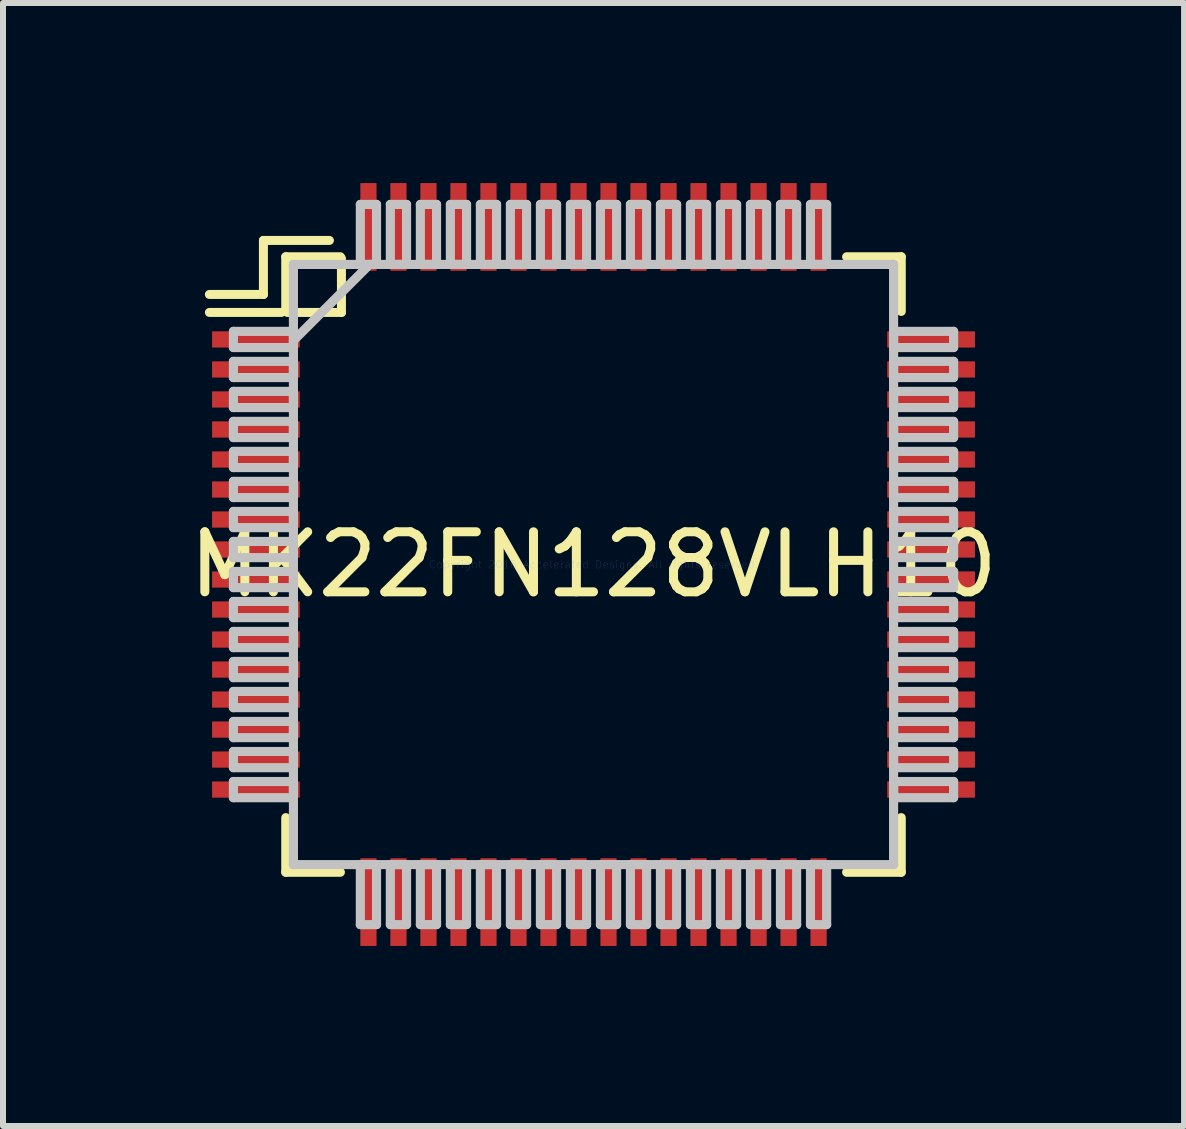
<source format=kicad_pcb>
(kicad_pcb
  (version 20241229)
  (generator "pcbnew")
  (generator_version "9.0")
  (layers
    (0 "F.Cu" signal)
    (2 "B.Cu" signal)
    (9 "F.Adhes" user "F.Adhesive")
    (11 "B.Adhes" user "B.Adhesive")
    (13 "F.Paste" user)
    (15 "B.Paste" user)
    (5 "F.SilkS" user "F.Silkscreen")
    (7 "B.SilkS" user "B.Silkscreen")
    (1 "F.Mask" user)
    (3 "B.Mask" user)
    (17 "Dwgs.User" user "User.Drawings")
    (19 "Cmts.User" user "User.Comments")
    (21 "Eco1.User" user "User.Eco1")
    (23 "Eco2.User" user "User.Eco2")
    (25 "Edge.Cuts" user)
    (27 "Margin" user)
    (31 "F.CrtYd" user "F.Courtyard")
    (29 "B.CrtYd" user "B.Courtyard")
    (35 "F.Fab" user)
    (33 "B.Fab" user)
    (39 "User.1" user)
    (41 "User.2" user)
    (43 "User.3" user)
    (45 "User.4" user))
  (footprint "MK22FN128VLH10"
    (layer "F.Cu")
    (at 6.839 6.356)
    (property "Reference" "MK22FN128VLH10" (at 0 0 0) (layer "F.SilkS") (effects (font (size 1 1) (thickness 0.15))))
    (attr smd)
    (fp_line (start -5.5 -5.4) (end -4.4 -5.4) (stroke (width 0.15) (type solid)) (layer "F.SilkS"))
    (fp_line (start -5.5 -4.5) (end -6.4 -4.5) (stroke (width 0.15) (type solid)) (layer "F.SilkS"))
    (fp_line (start -5.5 -4.5) (end -5.5 -5.4) (stroke (width 0.15) (type solid)) (layer "F.SilkS"))
    (fp_line (start -5.2 -4.2) (end -6.4 -4.2) (stroke (width 0.15) (type solid)) (layer "F.SilkS"))
    (fp_line (start -5.127 -5.127) (end -5.127 -4.218) (stroke (width 0.152) (type solid)) (layer "F.SilkS"))
    (fp_line (start -5.127 4.218) (end -5.127 5.127) (stroke (width 0.152) (type solid)) (layer "F.SilkS"))
    (fp_line (start -5.127 5.127) (end -4.218 5.127) (stroke (width 0.152) (type solid)) (layer "F.SilkS"))
    (fp_line (start -5.1 -4.2) (end -4.2 -4.2) (stroke (width 0.15) (type solid)) (layer "F.SilkS"))
    (fp_line (start -4.218 -5.127) (end -5.127 -5.127) (stroke (width 0.152) (type solid)) (layer "F.SilkS"))
    (fp_line (start -4.2 -4.2) (end -4.2 -5.1) (stroke (width 0.15) (type solid)) (layer "F.SilkS"))
    (fp_line (start 4.218 5.127) (end 5.127 5.127) (stroke (width 0.152) (type solid)) (layer "F.SilkS"))
    (fp_line (start 5.127 -5.127) (end 4.218 -5.127) (stroke (width 0.152) (type solid)) (layer "F.SilkS"))
    (fp_line (start 5.127 -4.218) (end 5.127 -5.127) (stroke (width 0.152) (type solid)) (layer "F.SilkS"))
    (fp_line (start 5.127 5.127) (end 5.127 4.218) (stroke (width 0.152) (type solid)) (layer "F.SilkS"))
    (fp_line (start -6 -3.885) (end -6 -3.615) (stroke (width 0.152) (type solid)) (layer "Dwgs.User"))
    (fp_line (start -6 -3.615) (end -5 -3.615) (stroke (width 0.152) (type solid)) (layer "Dwgs.User"))
    (fp_line (start -6 -3.385) (end -6 -3.115) (stroke (width 0.152) (type solid)) (layer "Dwgs.User"))
    (fp_line (start -6 -3.115) (end -5 -3.115) (stroke (width 0.152) (type solid)) (layer "Dwgs.User"))
    (fp_line (start -6 -2.885) (end -6 -2.615) (stroke (width 0.152) (type solid)) (layer "Dwgs.User"))
    (fp_line (start -6 -2.615) (end -5 -2.615) (stroke (width 0.152) (type solid)) (layer "Dwgs.User"))
    (fp_line (start -6 -2.385) (end -6 -2.115) (stroke (width 0.152) (type solid)) (layer "Dwgs.User"))
    (fp_line (start -6 -2.115) (end -5 -2.115) (stroke (width 0.152) (type solid)) (layer "Dwgs.User"))
    (fp_line (start -6 -1.885) (end -6 -1.615) (stroke (width 0.152) (type solid)) (layer "Dwgs.User"))
    (fp_line (start -6 -1.615) (end -5 -1.615) (stroke (width 0.152) (type solid)) (layer "Dwgs.User"))
    (fp_line (start -6 -1.385) (end -6 -1.115) (stroke (width 0.152) (type solid)) (layer "Dwgs.User"))
    (fp_line (start -6 -1.115) (end -5 -1.115) (stroke (width 0.152) (type solid)) (layer "Dwgs.User"))
    (fp_line (start -6 -0.885) (end -6 -0.615) (stroke (width 0.152) (type solid)) (layer "Dwgs.User"))
    (fp_line (start -6 -0.615) (end -5 -0.615) (stroke (width 0.152) (type solid)) (layer "Dwgs.User"))
    (fp_line (start -6 -0.385) (end -6 -0.115) (stroke (width 0.152) (type solid)) (layer "Dwgs.User"))
    (fp_line (start -6 -0.115) (end -5 -0.115) (stroke (width 0.152) (type solid)) (layer "Dwgs.User"))
    (fp_line (start -6 0.115) (end -6 0.385) (stroke (width 0.152) (type solid)) (layer "Dwgs.User"))
    (fp_line (start -6 0.385) (end -5 0.385) (stroke (width 0.152) (type solid)) (layer "Dwgs.User"))
    (fp_line (start -6 0.615) (end -6 0.885) (stroke (width 0.152) (type solid)) (layer "Dwgs.User"))
    (fp_line (start -6 0.885) (end -5 0.885) (stroke (width 0.152) (type solid)) (layer "Dwgs.User"))
    (fp_line (start -6 1.115) (end -6 1.385) (stroke (width 0.152) (type solid)) (layer "Dwgs.User"))
    (fp_line (start -6 1.385) (end -5 1.385) (stroke (width 0.152) (type solid)) (layer "Dwgs.User"))
    (fp_line (start -6 1.615) (end -6 1.885) (stroke (width 0.152) (type solid)) (layer "Dwgs.User"))
    (fp_line (start -6 1.885) (end -5 1.885) (stroke (width 0.152) (type solid)) (layer "Dwgs.User"))
    (fp_line (start -6 2.115) (end -6 2.385) (stroke (width 0.152) (type solid)) (layer "Dwgs.User"))
    (fp_line (start -6 2.385) (end -5 2.385) (stroke (width 0.152) (type solid)) (layer "Dwgs.User"))
    (fp_line (start -6 2.615) (end -6 2.885) (stroke (width 0.152) (type solid)) (layer "Dwgs.User"))
    (fp_line (start -6 2.885) (end -5 2.885) (stroke (width 0.152) (type solid)) (layer "Dwgs.User"))
    (fp_line (start -6 3.115) (end -6 3.385) (stroke (width 0.152) (type solid)) (layer "Dwgs.User"))
    (fp_line (start -6 3.385) (end -5 3.385) (stroke (width 0.152) (type solid)) (layer "Dwgs.User"))
    (fp_line (start -6 3.615) (end -6 3.885) (stroke (width 0.152) (type solid)) (layer "Dwgs.User"))
    (fp_line (start -6 3.885) (end -5 3.885) (stroke (width 0.152) (type solid)) (layer "Dwgs.User"))
    (fp_line (start -5 -5) (end -5 -5) (stroke (width 0.152) (type solid)) (layer "Dwgs.User"))
    (fp_line (start -5 -5) (end -5 5) (stroke (width 0.152) (type solid)) (layer "Dwgs.User"))
    (fp_line (start -5 -3.885) (end -6 -3.885) (stroke (width 0.152) (type solid)) (layer "Dwgs.User"))
    (fp_line (start -5 -3.73) (end -3.73 -5) (stroke (width 0.152) (type solid)) (layer "Dwgs.User"))
    (fp_line (start -5 -3.615) (end -5 -3.885) (stroke (width 0.152) (type solid)) (layer "Dwgs.User"))
    (fp_line (start -5 -3.385) (end -6 -3.385) (stroke (width 0.152) (type solid)) (layer "Dwgs.User"))
    (fp_line (start -5 -3.115) (end -5 -3.385) (stroke (width 0.152) (type solid)) (layer "Dwgs.User"))
    (fp_line (start -5 -2.885) (end -6 -2.885) (stroke (width 0.152) (type solid)) (layer "Dwgs.User"))
    (fp_line (start -5 -2.615) (end -5 -2.885) (stroke (width 0.152) (type solid)) (layer "Dwgs.User"))
    (fp_line (start -5 -2.385) (end -6 -2.385) (stroke (width 0.152) (type solid)) (layer "Dwgs.User"))
    (fp_line (start -5 -2.115) (end -5 -2.385) (stroke (width 0.152) (type solid)) (layer "Dwgs.User"))
    (fp_line (start -5 -1.885) (end -6 -1.885) (stroke (width 0.152) (type solid)) (layer "Dwgs.User"))
    (fp_line (start -5 -1.615) (end -5 -1.885) (stroke (width 0.152) (type solid)) (layer "Dwgs.User"))
    (fp_line (start -5 -1.385) (end -6 -1.385) (stroke (width 0.152) (type solid)) (layer "Dwgs.User"))
    (fp_line (start -5 -1.115) (end -5 -1.385) (stroke (width 0.152) (type solid)) (layer "Dwgs.User"))
    (fp_line (start -5 -0.885) (end -6 -0.885) (stroke (width 0.152) (type solid)) (layer "Dwgs.User"))
    (fp_line (start -5 -0.615) (end -5 -0.885) (stroke (width 0.152) (type solid)) (layer "Dwgs.User"))
    (fp_line (start -5 -0.385) (end -6 -0.385) (stroke (width 0.152) (type solid)) (layer "Dwgs.User"))
    (fp_line (start -5 -0.115) (end -5 -0.385) (stroke (width 0.152) (type solid)) (layer "Dwgs.User"))
    (fp_line (start -5 0.115) (end -6 0.115) (stroke (width 0.152) (type solid)) (layer "Dwgs.User"))
    (fp_line (start -5 0.385) (end -5 0.115) (stroke (width 0.152) (type solid)) (layer "Dwgs.User"))
    (fp_line (start -5 0.615) (end -6 0.615) (stroke (width 0.152) (type solid)) (layer "Dwgs.User"))
    (fp_line (start -5 0.885) (end -5 0.615) (stroke (width 0.152) (type solid)) (layer "Dwgs.User"))
    (fp_line (start -5 1.115) (end -6 1.115) (stroke (width 0.152) (type solid)) (layer "Dwgs.User"))
    (fp_line (start -5 1.385) (end -5 1.115) (stroke (width 0.152) (type solid)) (layer "Dwgs.User"))
    (fp_line (start -5 1.615) (end -6 1.615) (stroke (width 0.152) (type solid)) (layer "Dwgs.User"))
    (fp_line (start -5 1.885) (end -5 1.615) (stroke (width 0.152) (type solid)) (layer "Dwgs.User"))
    (fp_line (start -5 2.115) (end -6 2.115) (stroke (width 0.152) (type solid)) (layer "Dwgs.User"))
    (fp_line (start -5 2.385) (end -5 2.115) (stroke (width 0.152) (type solid)) (layer "Dwgs.User"))
    (fp_line (start -5 2.615) (end -6 2.615) (stroke (width 0.152) (type solid)) (layer "Dwgs.User"))
    (fp_line (start -5 2.885) (end -5 2.615) (stroke (width 0.152) (type solid)) (layer "Dwgs.User"))
    (fp_line (start -5 3.115) (end -6 3.115) (stroke (width 0.152) (type solid)) (layer "Dwgs.User"))
    (fp_line (start -5 3.385) (end -5 3.115) (stroke (width 0.152) (type solid)) (layer "Dwgs.User"))
    (fp_line (start -5 3.615) (end -6 3.615) (stroke (width 0.152) (type solid)) (layer "Dwgs.User"))
    (fp_line (start -5 3.885) (end -5 3.615) (stroke (width 0.152) (type solid)) (layer "Dwgs.User"))
    (fp_line (start -5 5) (end -5 5) (stroke (width 0.152) (type solid)) (layer "Dwgs.User"))
    (fp_line (start -5 5) (end 5 5) (stroke (width 0.152) (type solid)) (layer "Dwgs.User"))
    (fp_line (start -3.885 -6) (end -3.885 -5) (stroke (width 0.152) (type solid)) (layer "Dwgs.User"))
    (fp_line (start -3.885 -5) (end -3.615 -5) (stroke (width 0.152) (type solid)) (layer "Dwgs.User"))
    (fp_line (start -3.885 5) (end -3.885 6) (stroke (width 0.152) (type solid)) (layer "Dwgs.User"))
    (fp_line (start -3.885 6) (end -3.615 6) (stroke (width 0.152) (type solid)) (layer "Dwgs.User"))
    (fp_line (start -3.615 -6) (end -3.885 -6) (stroke (width 0.152) (type solid)) (layer "Dwgs.User"))
    (fp_line (start -3.615 -5) (end -3.615 -6) (stroke (width 0.152) (type solid)) (layer "Dwgs.User"))
    (fp_line (start -3.615 5) (end -3.885 5) (stroke (width 0.152) (type solid)) (layer "Dwgs.User"))
    (fp_line (start -3.615 6) (end -3.615 5) (stroke (width 0.152) (type solid)) (layer "Dwgs.User"))
    (fp_line (start -3.385 -6) (end -3.385 -5) (stroke (width 0.152) (type solid)) (layer "Dwgs.User"))
    (fp_line (start -3.385 -5) (end -3.115 -5) (stroke (width 0.152) (type solid)) (layer "Dwgs.User"))
    (fp_line (start -3.385 5) (end -3.385 6) (stroke (width 0.152) (type solid)) (layer "Dwgs.User"))
    (fp_line (start -3.385 6) (end -3.115 6) (stroke (width 0.152) (type solid)) (layer "Dwgs.User"))
    (fp_line (start -3.115 -6) (end -3.385 -6) (stroke (width 0.152) (type solid)) (layer "Dwgs.User"))
    (fp_line (start -3.115 -5) (end -3.115 -6) (stroke (width 0.152) (type solid)) (layer "Dwgs.User"))
    (fp_line (start -3.115 5) (end -3.385 5) (stroke (width 0.152) (type solid)) (layer "Dwgs.User"))
    (fp_line (start -3.115 6) (end -3.115 5) (stroke (width 0.152) (type solid)) (layer "Dwgs.User"))
    (fp_line (start -2.885 -6) (end -2.885 -5) (stroke (width 0.152) (type solid)) (layer "Dwgs.User"))
    (fp_line (start -2.885 -5) (end -2.615 -5) (stroke (width 0.152) (type solid)) (layer "Dwgs.User"))
    (fp_line (start -2.885 5) (end -2.885 6) (stroke (width 0.152) (type solid)) (layer "Dwgs.User"))
    (fp_line (start -2.885 6) (end -2.615 6) (stroke (width 0.152) (type solid)) (layer "Dwgs.User"))
    (fp_line (start -2.615 -6) (end -2.885 -6) (stroke (width 0.152) (type solid)) (layer "Dwgs.User"))
    (fp_line (start -2.615 -5) (end -2.615 -6) (stroke (width 0.152) (type solid)) (layer "Dwgs.User"))
    (fp_line (start -2.615 5) (end -2.885 5) (stroke (width 0.152) (type solid)) (layer "Dwgs.User"))
    (fp_line (start -2.615 6) (end -2.615 5) (stroke (width 0.152) (type solid)) (layer "Dwgs.User"))
    (fp_line (start -2.385 -6) (end -2.385 -5) (stroke (width 0.152) (type solid)) (layer "Dwgs.User"))
    (fp_line (start -2.385 -5) (end -2.115 -5) (stroke (width 0.152) (type solid)) (layer "Dwgs.User"))
    (fp_line (start -2.385 5) (end -2.385 6) (stroke (width 0.152) (type solid)) (layer "Dwgs.User"))
    (fp_line (start -2.385 6) (end -2.115 6) (stroke (width 0.152) (type solid)) (layer "Dwgs.User"))
    (fp_line (start -2.115 -6) (end -2.385 -6) (stroke (width 0.152) (type solid)) (layer "Dwgs.User"))
    (fp_line (start -2.115 -5) (end -2.115 -6) (stroke (width 0.152) (type solid)) (layer "Dwgs.User"))
    (fp_line (start -2.115 5) (end -2.385 5) (stroke (width 0.152) (type solid)) (layer "Dwgs.User"))
    (fp_line (start -2.115 6) (end -2.115 5) (stroke (width 0.152) (type solid)) (layer "Dwgs.User"))
    (fp_line (start -1.885 -6) (end -1.885 -5) (stroke (width 0.152) (type solid)) (layer "Dwgs.User"))
    (fp_line (start -1.885 -5) (end -1.615 -5) (stroke (width 0.152) (type solid)) (layer "Dwgs.User"))
    (fp_line (start -1.885 5) (end -1.885 6) (stroke (width 0.152) (type solid)) (layer "Dwgs.User"))
    (fp_line (start -1.885 6) (end -1.615 6) (stroke (width 0.152) (type solid)) (layer "Dwgs.User"))
    (fp_line (start -1.615 -6) (end -1.885 -6) (stroke (width 0.152) (type solid)) (layer "Dwgs.User"))
    (fp_line (start -1.615 -5) (end -1.615 -6) (stroke (width 0.152) (type solid)) (layer "Dwgs.User"))
    (fp_line (start -1.615 5) (end -1.885 5) (stroke (width 0.152) (type solid)) (layer "Dwgs.User"))
    (fp_line (start -1.615 6) (end -1.615 5) (stroke (width 0.152) (type solid)) (layer "Dwgs.User"))
    (fp_line (start -1.385 -6) (end -1.385 -5) (stroke (width 0.152) (type solid)) (layer "Dwgs.User"))
    (fp_line (start -1.385 -5) (end -1.115 -5) (stroke (width 0.152) (type solid)) (layer "Dwgs.User"))
    (fp_line (start -1.385 5) (end -1.385 6) (stroke (width 0.152) (type solid)) (layer "Dwgs.User"))
    (fp_line (start -1.385 6) (end -1.115 6) (stroke (width 0.152) (type solid)) (layer "Dwgs.User"))
    (fp_line (start -1.115 -6) (end -1.385 -6) (stroke (width 0.152) (type solid)) (layer "Dwgs.User"))
    (fp_line (start -1.115 -5) (end -1.115 -6) (stroke (width 0.152) (type solid)) (layer "Dwgs.User"))
    (fp_line (start -1.115 5) (end -1.385 5) (stroke (width 0.152) (type solid)) (layer "Dwgs.User"))
    (fp_line (start -1.115 6) (end -1.115 5) (stroke (width 0.152) (type solid)) (layer "Dwgs.User"))
    (fp_line (start -0.885 -6) (end -0.885 -5) (stroke (width 0.152) (type solid)) (layer "Dwgs.User"))
    (fp_line (start -0.885 -5) (end -0.615 -5) (stroke (width 0.152) (type solid)) (layer "Dwgs.User"))
    (fp_line (start -0.885 5) (end -0.885 6) (stroke (width 0.152) (type solid)) (layer "Dwgs.User"))
    (fp_line (start -0.885 6) (end -0.615 6) (stroke (width 0.152) (type solid)) (layer "Dwgs.User"))
    (fp_line (start -0.615 -6) (end -0.885 -6) (stroke (width 0.152) (type solid)) (layer "Dwgs.User"))
    (fp_line (start -0.615 -5) (end -0.615 -6) (stroke (width 0.152) (type solid)) (layer "Dwgs.User"))
    (fp_line (start -0.615 5) (end -0.885 5) (stroke (width 0.152) (type solid)) (layer "Dwgs.User"))
    (fp_line (start -0.615 6) (end -0.615 5) (stroke (width 0.152) (type solid)) (layer "Dwgs.User"))
    (fp_line (start -0.385 -6) (end -0.385 -5) (stroke (width 0.152) (type solid)) (layer "Dwgs.User"))
    (fp_line (start -0.385 -5) (end -0.115 -5) (stroke (width 0.152) (type solid)) (layer "Dwgs.User"))
    (fp_line (start -0.385 5) (end -0.385 6) (stroke (width 0.152) (type solid)) (layer "Dwgs.User"))
    (fp_line (start -0.385 6) (end -0.115 6) (stroke (width 0.152) (type solid)) (layer "Dwgs.User"))
    (fp_line (start -0.115 -6) (end -0.385 -6) (stroke (width 0.152) (type solid)) (layer "Dwgs.User"))
    (fp_line (start -0.115 -5) (end -0.115 -6) (stroke (width 0.152) (type solid)) (layer "Dwgs.User"))
    (fp_line (start -0.115 5) (end -0.385 5) (stroke (width 0.152) (type solid)) (layer "Dwgs.User"))
    (fp_line (start -0.115 6) (end -0.115 5) (stroke (width 0.152) (type solid)) (layer "Dwgs.User"))
    (fp_line (start 0.115 -6) (end 0.115 -5) (stroke (width 0.152) (type solid)) (layer "Dwgs.User"))
    (fp_line (start 0.115 -5) (end 0.385 -5) (stroke (width 0.152) (type solid)) (layer "Dwgs.User"))
    (fp_line (start 0.115 5) (end 0.115 6) (stroke (width 0.152) (type solid)) (layer "Dwgs.User"))
    (fp_line (start 0.115 6) (end 0.385 6) (stroke (width 0.152) (type solid)) (layer "Dwgs.User"))
    (fp_line (start 0.385 -6) (end 0.115 -6) (stroke (width 0.152) (type solid)) (layer "Dwgs.User"))
    (fp_line (start 0.385 -5) (end 0.385 -6) (stroke (width 0.152) (type solid)) (layer "Dwgs.User"))
    (fp_line (start 0.385 5) (end 0.115 5) (stroke (width 0.152) (type solid)) (layer "Dwgs.User"))
    (fp_line (start 0.385 6) (end 0.385 5) (stroke (width 0.152) (type solid)) (layer "Dwgs.User"))
    (fp_line (start 0.615 -6) (end 0.615 -5) (stroke (width 0.152) (type solid)) (layer "Dwgs.User"))
    (fp_line (start 0.615 -5) (end 0.885 -5) (stroke (width 0.152) (type solid)) (layer "Dwgs.User"))
    (fp_line (start 0.615 5) (end 0.615 6) (stroke (width 0.152) (type solid)) (layer "Dwgs.User"))
    (fp_line (start 0.615 6) (end 0.885 6) (stroke (width 0.152) (type solid)) (layer "Dwgs.User"))
    (fp_line (start 0.885 -6) (end 0.615 -6) (stroke (width 0.152) (type solid)) (layer "Dwgs.User"))
    (fp_line (start 0.885 -5) (end 0.885 -6) (stroke (width 0.152) (type solid)) (layer "Dwgs.User"))
    (fp_line (start 0.885 5) (end 0.615 5) (stroke (width 0.152) (type solid)) (layer "Dwgs.User"))
    (fp_line (start 0.885 6) (end 0.885 5) (stroke (width 0.152) (type solid)) (layer "Dwgs.User"))
    (fp_line (start 1.115 -6) (end 1.115 -5) (stroke (width 0.152) (type solid)) (layer "Dwgs.User"))
    (fp_line (start 1.115 -5) (end 1.385 -5) (stroke (width 0.152) (type solid)) (layer "Dwgs.User"))
    (fp_line (start 1.115 5) (end 1.115 6) (stroke (width 0.152) (type solid)) (layer "Dwgs.User"))
    (fp_line (start 1.115 6) (end 1.385 6) (stroke (width 0.152) (type solid)) (layer "Dwgs.User"))
    (fp_line (start 1.385 -6) (end 1.115 -6) (stroke (width 0.152) (type solid)) (layer "Dwgs.User"))
    (fp_line (start 1.385 -5) (end 1.385 -6) (stroke (width 0.152) (type solid)) (layer "Dwgs.User"))
    (fp_line (start 1.385 5) (end 1.115 5) (stroke (width 0.152) (type solid)) (layer "Dwgs.User"))
    (fp_line (start 1.385 6) (end 1.385 5) (stroke (width 0.152) (type solid)) (layer "Dwgs.User"))
    (fp_line (start 1.615 -6) (end 1.615 -5) (stroke (width 0.152) (type solid)) (layer "Dwgs.User"))
    (fp_line (start 1.615 -5) (end 1.885 -5) (stroke (width 0.152) (type solid)) (layer "Dwgs.User"))
    (fp_line (start 1.615 5) (end 1.615 6) (stroke (width 0.152) (type solid)) (layer "Dwgs.User"))
    (fp_line (start 1.615 6) (end 1.885 6) (stroke (width 0.152) (type solid)) (layer "Dwgs.User"))
    (fp_line (start 1.885 -6) (end 1.615 -6) (stroke (width 0.152) (type solid)) (layer "Dwgs.User"))
    (fp_line (start 1.885 -5) (end 1.885 -6) (stroke (width 0.152) (type solid)) (layer "Dwgs.User"))
    (fp_line (start 1.885 5) (end 1.615 5) (stroke (width 0.152) (type solid)) (layer "Dwgs.User"))
    (fp_line (start 1.885 6) (end 1.885 5) (stroke (width 0.152) (type solid)) (layer "Dwgs.User"))
    (fp_line (start 2.115 -6) (end 2.115 -5) (stroke (width 0.152) (type solid)) (layer "Dwgs.User"))
    (fp_line (start 2.115 -5) (end 2.385 -5) (stroke (width 0.152) (type solid)) (layer "Dwgs.User"))
    (fp_line (start 2.115 5) (end 2.115 6) (stroke (width 0.152) (type solid)) (layer "Dwgs.User"))
    (fp_line (start 2.115 6) (end 2.385 6) (stroke (width 0.152) (type solid)) (layer "Dwgs.User"))
    (fp_line (start 2.385 -6) (end 2.115 -6) (stroke (width 0.152) (type solid)) (layer "Dwgs.User"))
    (fp_line (start 2.385 -5) (end 2.385 -6) (stroke (width 0.152) (type solid)) (layer "Dwgs.User"))
    (fp_line (start 2.385 5) (end 2.115 5) (stroke (width 0.152) (type solid)) (layer "Dwgs.User"))
    (fp_line (start 2.385 6) (end 2.385 5) (stroke (width 0.152) (type solid)) (layer "Dwgs.User"))
    (fp_line (start 2.615 -6) (end 2.615 -5) (stroke (width 0.152) (type solid)) (layer "Dwgs.User"))
    (fp_line (start 2.615 -5) (end 2.885 -5) (stroke (width 0.152) (type solid)) (layer "Dwgs.User"))
    (fp_line (start 2.615 5) (end 2.615 6) (stroke (width 0.152) (type solid)) (layer "Dwgs.User"))
    (fp_line (start 2.615 6) (end 2.885 6) (stroke (width 0.152) (type solid)) (layer "Dwgs.User"))
    (fp_line (start 2.885 -6) (end 2.615 -6) (stroke (width 0.152) (type solid)) (layer "Dwgs.User"))
    (fp_line (start 2.885 -5) (end 2.885 -6) (stroke (width 0.152) (type solid)) (layer "Dwgs.User"))
    (fp_line (start 2.885 5) (end 2.615 5) (stroke (width 0.152) (type solid)) (layer "Dwgs.User"))
    (fp_line (start 2.885 6) (end 2.885 5) (stroke (width 0.152) (type solid)) (layer "Dwgs.User"))
    (fp_line (start 3.115 -6) (end 3.115 -5) (stroke (width 0.152) (type solid)) (layer "Dwgs.User"))
    (fp_line (start 3.115 -5) (end 3.385 -5) (stroke (width 0.152) (type solid)) (layer "Dwgs.User"))
    (fp_line (start 3.115 5) (end 3.115 6) (stroke (width 0.152) (type solid)) (layer "Dwgs.User"))
    (fp_line (start 3.115 6) (end 3.385 6) (stroke (width 0.152) (type solid)) (layer "Dwgs.User"))
    (fp_line (start 3.385 -6) (end 3.115 -6) (stroke (width 0.152) (type solid)) (layer "Dwgs.User"))
    (fp_line (start 3.385 -5) (end 3.385 -6) (stroke (width 0.152) (type solid)) (layer "Dwgs.User"))
    (fp_line (start 3.385 5) (end 3.115 5) (stroke (width 0.152) (type solid)) (layer "Dwgs.User"))
    (fp_line (start 3.385 6) (end 3.385 5) (stroke (width 0.152) (type solid)) (layer "Dwgs.User"))
    (fp_line (start 3.615 -6) (end 3.615 -5) (stroke (width 0.152) (type solid)) (layer "Dwgs.User"))
    (fp_line (start 3.615 -5) (end 3.885 -5) (stroke (width 0.152) (type solid)) (layer "Dwgs.User"))
    (fp_line (start 3.615 5) (end 3.615 6) (stroke (width 0.152) (type solid)) (layer "Dwgs.User"))
    (fp_line (start 3.615 6) (end 3.885 6) (stroke (width 0.152) (type solid)) (layer "Dwgs.User"))
    (fp_line (start 3.885 -6) (end 3.615 -6) (stroke (width 0.152) (type solid)) (layer "Dwgs.User"))
    (fp_line (start 3.885 -5) (end 3.885 -6) (stroke (width 0.152) (type solid)) (layer "Dwgs.User"))
    (fp_line (start 3.885 5) (end 3.615 5) (stroke (width 0.152) (type solid)) (layer "Dwgs.User"))
    (fp_line (start 3.885 6) (end 3.885 5) (stroke (width 0.152) (type solid)) (layer "Dwgs.User"))
    (fp_line (start 5 -5) (end -5 -5) (stroke (width 0.152) (type solid)) (layer "Dwgs.User"))
    (fp_line (start 5 -5) (end 5 -5) (stroke (width 0.152) (type solid)) (layer "Dwgs.User"))
    (fp_line (start 5 -3.885) (end 5 -3.615) (stroke (width 0.152) (type solid)) (layer "Dwgs.User"))
    (fp_line (start 5 -3.615) (end 6 -3.615) (stroke (width 0.152) (type solid)) (layer "Dwgs.User"))
    (fp_line (start 5 -3.385) (end 5 -3.115) (stroke (width 0.152) (type solid)) (layer "Dwgs.User"))
    (fp_line (start 5 -3.115) (end 6 -3.115) (stroke (width 0.152) (type solid)) (layer "Dwgs.User"))
    (fp_line (start 5 -2.885) (end 5 -2.615) (stroke (width 0.152) (type solid)) (layer "Dwgs.User"))
    (fp_line (start 5 -2.615) (end 6 -2.615) (stroke (width 0.152) (type solid)) (layer "Dwgs.User"))
    (fp_line (start 5 -2.385) (end 5 -2.115) (stroke (width 0.152) (type solid)) (layer "Dwgs.User"))
    (fp_line (start 5 -2.115) (end 6 -2.115) (stroke (width 0.152) (type solid)) (layer "Dwgs.User"))
    (fp_line (start 5 -1.885) (end 5 -1.615) (stroke (width 0.152) (type solid)) (layer "Dwgs.User"))
    (fp_line (start 5 -1.615) (end 6 -1.615) (stroke (width 0.152) (type solid)) (layer "Dwgs.User"))
    (fp_line (start 5 -1.385) (end 5 -1.115) (stroke (width 0.152) (type solid)) (layer "Dwgs.User"))
    (fp_line (start 5 -1.115) (end 6 -1.115) (stroke (width 0.152) (type solid)) (layer "Dwgs.User"))
    (fp_line (start 5 -0.885) (end 5 -0.615) (stroke (width 0.152) (type solid)) (layer "Dwgs.User"))
    (fp_line (start 5 -0.615) (end 6 -0.615) (stroke (width 0.152) (type solid)) (layer "Dwgs.User"))
    (fp_line (start 5 -0.385) (end 5 -0.115) (stroke (width 0.152) (type solid)) (layer "Dwgs.User"))
    (fp_line (start 5 -0.115) (end 6 -0.115) (stroke (width 0.152) (type solid)) (layer "Dwgs.User"))
    (fp_line (start 5 0.115) (end 5 0.385) (stroke (width 0.152) (type solid)) (layer "Dwgs.User"))
    (fp_line (start 5 0.385) (end 6 0.385) (stroke (width 0.152) (type solid)) (layer "Dwgs.User"))
    (fp_line (start 5 0.615) (end 5 0.885) (stroke (width 0.152) (type solid)) (layer "Dwgs.User"))
    (fp_line (start 5 0.885) (end 6 0.885) (stroke (width 0.152) (type solid)) (layer "Dwgs.User"))
    (fp_line (start 5 1.115) (end 5 1.385) (stroke (width 0.152) (type solid)) (layer "Dwgs.User"))
    (fp_line (start 5 1.385) (end 6 1.385) (stroke (width 0.152) (type solid)) (layer "Dwgs.User"))
    (fp_line (start 5 1.615) (end 5 1.885) (stroke (width 0.152) (type solid)) (layer "Dwgs.User"))
    (fp_line (start 5 1.885) (end 6 1.885) (stroke (width 0.152) (type solid)) (layer "Dwgs.User"))
    (fp_line (start 5 2.115) (end 5 2.385) (stroke (width 0.152) (type solid)) (layer "Dwgs.User"))
    (fp_line (start 5 2.385) (end 6 2.385) (stroke (width 0.152) (type solid)) (layer "Dwgs.User"))
    (fp_line (start 5 2.615) (end 5 2.885) (stroke (width 0.152) (type solid)) (layer "Dwgs.User"))
    (fp_line (start 5 2.885) (end 6 2.885) (stroke (width 0.152) (type solid)) (layer "Dwgs.User"))
    (fp_line (start 5 3.115) (end 5 3.385) (stroke (width 0.152) (type solid)) (layer "Dwgs.User"))
    (fp_line (start 5 3.385) (end 6 3.385) (stroke (width 0.152) (type solid)) (layer "Dwgs.User"))
    (fp_line (start 5 3.615) (end 5 3.885) (stroke (width 0.152) (type solid)) (layer "Dwgs.User"))
    (fp_line (start 5 3.885) (end 6 3.885) (stroke (width 0.152) (type solid)) (layer "Dwgs.User"))
    (fp_line (start 5 5) (end 5 -5) (stroke (width 0.152) (type solid)) (layer "Dwgs.User"))
    (fp_line (start 5 5) (end 5 5) (stroke (width 0.152) (type solid)) (layer "Dwgs.User"))
    (fp_line (start 6 -3.885) (end 5 -3.885) (stroke (width 0.152) (type solid)) (layer "Dwgs.User"))
    (fp_line (start 6 -3.615) (end 6 -3.885) (stroke (width 0.152) (type solid)) (layer "Dwgs.User"))
    (fp_line (start 6 -3.385) (end 5 -3.385) (stroke (width 0.152) (type solid)) (layer "Dwgs.User"))
    (fp_line (start 6 -3.115) (end 6 -3.385) (stroke (width 0.152) (type solid)) (layer "Dwgs.User"))
    (fp_line (start 6 -2.885) (end 5 -2.885) (stroke (width 0.152) (type solid)) (layer "Dwgs.User"))
    (fp_line (start 6 -2.615) (end 6 -2.885) (stroke (width 0.152) (type solid)) (layer "Dwgs.User"))
    (fp_line (start 6 -2.385) (end 5 -2.385) (stroke (width 0.152) (type solid)) (layer "Dwgs.User"))
    (fp_line (start 6 -2.115) (end 6 -2.385) (stroke (width 0.152) (type solid)) (layer "Dwgs.User"))
    (fp_line (start 6 -1.885) (end 5 -1.885) (stroke (width 0.152) (type solid)) (layer "Dwgs.User"))
    (fp_line (start 6 -1.615) (end 6 -1.885) (stroke (width 0.152) (type solid)) (layer "Dwgs.User"))
    (fp_line (start 6 -1.385) (end 5 -1.385) (stroke (width 0.152) (type solid)) (layer "Dwgs.User"))
    (fp_line (start 6 -1.115) (end 6 -1.385) (stroke (width 0.152) (type solid)) (layer "Dwgs.User"))
    (fp_line (start 6 -0.885) (end 5 -0.885) (stroke (width 0.152) (type solid)) (layer "Dwgs.User"))
    (fp_line (start 6 -0.615) (end 6 -0.885) (stroke (width 0.152) (type solid)) (layer "Dwgs.User"))
    (fp_line (start 6 -0.385) (end 5 -0.385) (stroke (width 0.152) (type solid)) (layer "Dwgs.User"))
    (fp_line (start 6 -0.115) (end 6 -0.385) (stroke (width 0.152) (type solid)) (layer "Dwgs.User"))
    (fp_line (start 6 0.115) (end 5 0.115) (stroke (width 0.152) (type solid)) (layer "Dwgs.User"))
    (fp_line (start 6 0.385) (end 6 0.115) (stroke (width 0.152) (type solid)) (layer "Dwgs.User"))
    (fp_line (start 6 0.615) (end 5 0.615) (stroke (width 0.152) (type solid)) (layer "Dwgs.User"))
    (fp_line (start 6 0.885) (end 6 0.615) (stroke (width 0.152) (type solid)) (layer "Dwgs.User"))
    (fp_line (start 6 1.115) (end 5 1.115) (stroke (width 0.152) (type solid)) (layer "Dwgs.User"))
    (fp_line (start 6 1.385) (end 6 1.115) (stroke (width 0.152) (type solid)) (layer "Dwgs.User"))
    (fp_line (start 6 1.615) (end 5 1.615) (stroke (width 0.152) (type solid)) (layer "Dwgs.User"))
    (fp_line (start 6 1.885) (end 6 1.615) (stroke (width 0.152) (type solid)) (layer "Dwgs.User"))
    (fp_line (start 6 2.115) (end 5 2.115) (stroke (width 0.152) (type solid)) (layer "Dwgs.User"))
    (fp_line (start 6 2.385) (end 6 2.115) (stroke (width 0.152) (type solid)) (layer "Dwgs.User"))
    (fp_line (start 6 2.615) (end 5 2.615) (stroke (width 0.152) (type solid)) (layer "Dwgs.User"))
    (fp_line (start 6 2.885) (end 6 2.615) (stroke (width 0.152) (type solid)) (layer "Dwgs.User"))
    (fp_line (start 6 3.115) (end 5 3.115) (stroke (width 0.152) (type solid)) (layer "Dwgs.User"))
    (fp_line (start 6 3.385) (end 6 3.115) (stroke (width 0.152) (type solid)) (layer "Dwgs.User"))
    (fp_line (start 6 3.615) (end 5 3.615) (stroke (width 0.152) (type solid)) (layer "Dwgs.User"))
    (fp_line (start 6 3.885) (end 6 3.615) (stroke (width 0.152) (type solid)) (layer "Dwgs.User"))
    (fp_text user "Copyright 2016 Accelerated Designs. All rights reserved." (at 0 0 0) (layer "Cmts.User") (effects (font (size 0.127 0.127) (thickness 0.002))))
    (pad "1" smd rect (at -5.625 -3.75 90) (size 0.27 1.461) (layers "F.Cu" "F.Mask" "F.Paste"))
    (pad "2" smd rect (at -5.625 -3.25 90) (size 0.27 1.461) (layers "F.Cu" "F.Mask" "F.Paste"))
    (pad "3" smd rect (at -5.625 -2.75 90) (size 0.27 1.461) (layers "F.Cu" "F.Mask" "F.Paste"))
    (pad "4" smd rect (at -5.625 -2.25 90) (size 0.27 1.461) (layers "F.Cu" "F.Mask" "F.Paste"))
    (pad "5" smd rect (at -5.625 -1.75 90) (size 0.27 1.461) (layers "F.Cu" "F.Mask" "F.Paste"))
    (pad "6" smd rect (at -5.625 -1.25 90) (size 0.27 1.461) (layers "F.Cu" "F.Mask" "F.Paste"))
    (pad "7" smd rect (at -5.625 -0.75 90) (size 0.27 1.461) (layers "F.Cu" "F.Mask" "F.Paste"))
    (pad "8" smd rect (at -5.625 -0.25 90) (size 0.27 1.461) (layers "F.Cu" "F.Mask" "F.Paste"))
    (pad "9" smd rect (at -5.625 0.25 90) (size 0.27 1.461) (layers "F.Cu" "F.Mask" "F.Paste"))
    (pad "10" smd rect (at -5.625 0.75 90) (size 0.27 1.461) (layers "F.Cu" "F.Mask" "F.Paste"))
    (pad "11" smd rect (at -5.625 1.25 90) (size 0.27 1.461) (layers "F.Cu" "F.Mask" "F.Paste"))
    (pad "12" smd rect (at -5.625 1.75 90) (size 0.27 1.461) (layers "F.Cu" "F.Mask" "F.Paste"))
    (pad "13" smd rect (at -5.625 2.25 90) (size 0.27 1.461) (layers "F.Cu" "F.Mask" "F.Paste"))
    (pad "14" smd rect (at -5.625 2.75 90) (size 0.27 1.461) (layers "F.Cu" "F.Mask" "F.Paste"))
    (pad "15" smd rect (at -5.625 3.25 90) (size 0.27 1.461) (layers "F.Cu" "F.Mask" "F.Paste"))
    (pad "16" smd rect (at -5.625 3.75 90) (size 0.27 1.461) (layers "F.Cu" "F.Mask" "F.Paste"))
    (pad "17" smd rect (at -3.75 5.625) (size 0.27 1.461) (layers "F.Cu" "F.Mask" "F.Paste"))
    (pad "18" smd rect (at -3.25 5.625) (size 0.27 1.461) (layers "F.Cu" "F.Mask" "F.Paste"))
    (pad "19" smd rect (at -2.75 5.625) (size 0.27 1.461) (layers "F.Cu" "F.Mask" "F.Paste"))
    (pad "20" smd rect (at -2.25 5.625) (size 0.27 1.461) (layers "F.Cu" "F.Mask" "F.Paste"))
    (pad "21" smd rect (at -1.75 5.625) (size 0.27 1.461) (layers "F.Cu" "F.Mask" "F.Paste"))
    (pad "22" smd rect (at -1.25 5.625) (size 0.27 1.461) (layers "F.Cu" "F.Mask" "F.Paste"))
    (pad "23" smd rect (at -0.75 5.625) (size 0.27 1.461) (layers "F.Cu" "F.Mask" "F.Paste"))
    (pad "24" smd rect (at -0.25 5.625) (size 0.27 1.461) (layers "F.Cu" "F.Mask" "F.Paste"))
    (pad "25" smd rect (at 0.25 5.625) (size 0.27 1.461) (layers "F.Cu" "F.Mask" "F.Paste"))
    (pad "26" smd rect (at 0.75 5.625) (size 0.27 1.461) (layers "F.Cu" "F.Mask" "F.Paste"))
    (pad "27" smd rect (at 1.25 5.625) (size 0.27 1.461) (layers "F.Cu" "F.Mask" "F.Paste"))
    (pad "28" smd rect (at 1.75 5.625) (size 0.27 1.461) (layers "F.Cu" "F.Mask" "F.Paste"))
    (pad "29" smd rect (at 2.25 5.625) (size 0.27 1.461) (layers "F.Cu" "F.Mask" "F.Paste"))
    (pad "30" smd rect (at 2.75 5.625) (size 0.27 1.461) (layers "F.Cu" "F.Mask" "F.Paste"))
    (pad "31" smd rect (at 3.25 5.625) (size 0.27 1.461) (layers "F.Cu" "F.Mask" "F.Paste"))
    (pad "32" smd rect (at 3.75 5.625) (size 0.27 1.461) (layers "F.Cu" "F.Mask" "F.Paste"))
    (pad "33" smd rect (at 5.625 3.75 90) (size 0.27 1.461) (layers "F.Cu" "F.Mask" "F.Paste"))
    (pad "34" smd rect (at 5.625 3.25 90) (size 0.27 1.461) (layers "F.Cu" "F.Mask" "F.Paste"))
    (pad "35" smd rect (at 5.625 2.75 90) (size 0.27 1.461) (layers "F.Cu" "F.Mask" "F.Paste"))
    (pad "36" smd rect (at 5.625 2.25 90) (size 0.27 1.461) (layers "F.Cu" "F.Mask" "F.Paste"))
    (pad "37" smd rect (at 5.625 1.75 90) (size 0.27 1.461) (layers "F.Cu" "F.Mask" "F.Paste"))
    (pad "38" smd rect (at 5.625 1.25 90) (size 0.27 1.461) (layers "F.Cu" "F.Mask" "F.Paste"))
    (pad "39" smd rect (at 5.625 0.75 90) (size 0.27 1.461) (layers "F.Cu" "F.Mask" "F.Paste"))
    (pad "40" smd rect (at 5.625 0.25 90) (size 0.27 1.461) (layers "F.Cu" "F.Mask" "F.Paste"))
    (pad "41" smd rect (at 5.625 -0.25 90) (size 0.27 1.461) (layers "F.Cu" "F.Mask" "F.Paste"))
    (pad "42" smd rect (at 5.625 -0.75 90) (size 0.27 1.461) (layers "F.Cu" "F.Mask" "F.Paste"))
    (pad "43" smd rect (at 5.625 -1.25 90) (size 0.27 1.461) (layers "F.Cu" "F.Mask" "F.Paste"))
    (pad "44" smd rect (at 5.625 -1.75 90) (size 0.27 1.461) (layers "F.Cu" "F.Mask" "F.Paste"))
    (pad "45" smd rect (at 5.625 -2.25 90) (size 0.27 1.461) (layers "F.Cu" "F.Mask" "F.Paste"))
    (pad "46" smd rect (at 5.625 -2.75 90) (size 0.27 1.461) (layers "F.Cu" "F.Mask" "F.Paste"))
    (pad "47" smd rect (at 5.625 -3.25 90) (size 0.27 1.461) (layers "F.Cu" "F.Mask" "F.Paste"))
    (pad "48" smd rect (at 5.625 -3.75 90) (size 0.27 1.461) (layers "F.Cu" "F.Mask" "F.Paste"))
    (pad "49" smd rect (at 3.75 -5.625) (size 0.27 1.461) (layers "F.Cu" "F.Mask" "F.Paste"))
    (pad "50" smd rect (at 3.25 -5.625) (size 0.27 1.461) (layers "F.Cu" "F.Mask" "F.Paste"))
    (pad "51" smd rect (at 2.75 -5.625) (size 0.27 1.461) (layers "F.Cu" "F.Mask" "F.Paste"))
    (pad "52" smd rect (at 2.25 -5.625) (size 0.27 1.461) (layers "F.Cu" "F.Mask" "F.Paste"))
    (pad "53" smd rect (at 1.75 -5.625) (size 0.27 1.461) (layers "F.Cu" "F.Mask" "F.Paste"))
    (pad "54" smd rect (at 1.25 -5.625) (size 0.27 1.461) (layers "F.Cu" "F.Mask" "F.Paste"))
    (pad "55" smd rect (at 0.75 -5.625) (size 0.27 1.461) (layers "F.Cu" "F.Mask" "F.Paste"))
    (pad "56" smd rect (at 0.25 -5.625) (size 0.27 1.461) (layers "F.Cu" "F.Mask" "F.Paste"))
    (pad "57" smd rect (at -0.25 -5.625) (size 0.27 1.461) (layers "F.Cu" "F.Mask" "F.Paste"))
    (pad "58" smd rect (at -0.75 -5.625) (size 0.27 1.461) (layers "F.Cu" "F.Mask" "F.Paste"))
    (pad "59" smd rect (at -1.25 -5.625) (size 0.27 1.461) (layers "F.Cu" "F.Mask" "F.Paste"))
    (pad "60" smd rect (at -1.75 -5.625) (size 0.27 1.461) (layers "F.Cu" "F.Mask" "F.Paste"))
    (pad "61" smd rect (at -2.25 -5.625) (size 0.27 1.461) (layers "F.Cu" "F.Mask" "F.Paste"))
    (pad "62" smd rect (at -2.75 -5.625) (size 0.27 1.461) (layers "F.Cu" "F.Mask" "F.Paste"))
    (pad "63" smd rect (at -3.25 -5.625) (size 0.27 1.461) (layers "F.Cu" "F.Mask" "F.Paste"))
    (pad "64" smd rect (at -3.75 -5.625) (size 0.27 1.461) (layers "F.Cu" "F.Mask" "F.Paste")))
  (gr_rect
    (start -3 -3)
    (end 16.679 15.711)
    (stroke (width 0.1) (type default))
    (fill no)
    (layer "Edge.Cuts")))
</source>
